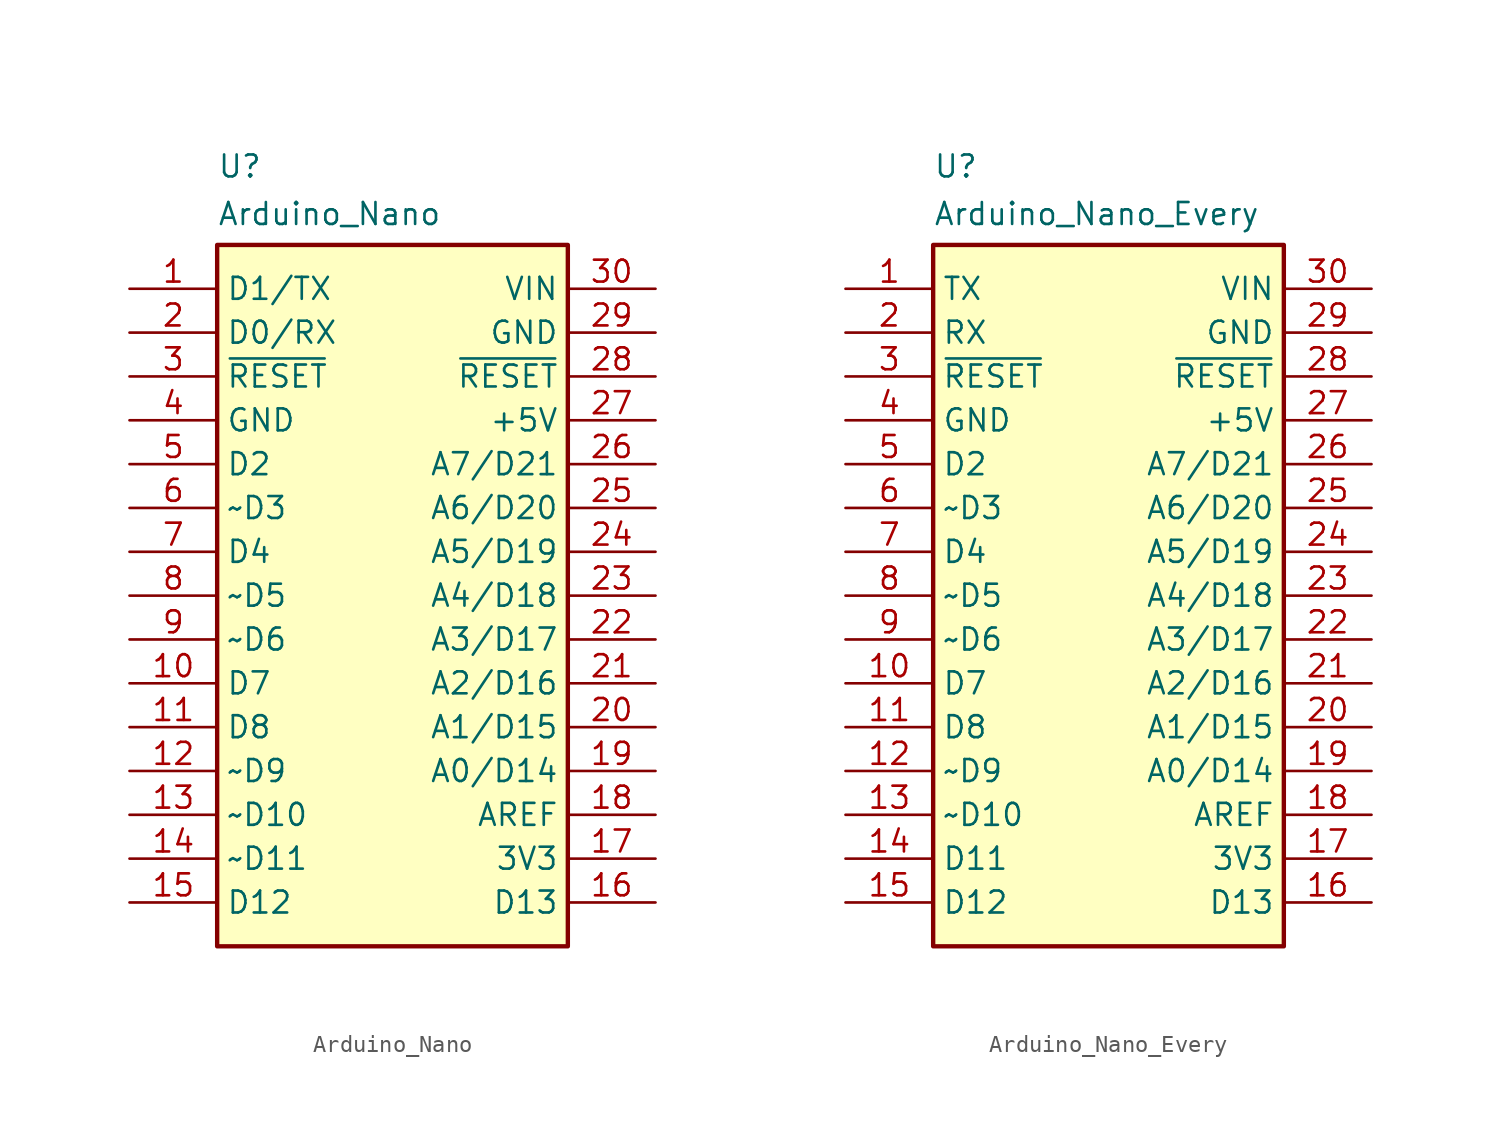
<source format=kicad_sym>
(kicad_symbol_lib
  (version 20241209)
  (generator "kicad_symbol_editor")
  (generator_version "9.0")
  (symbol "Arduino_Nano"
    (property "Reference" "U"
      (at -10.16 24.13 0)
      (effects (font (size 1.27 1.27)) (justify left bottom)))
    (property "Value" "Arduino_Nano"
      (at -10.16 22.86 0)
      (effects (font (size 1.27 1.27)) (justify left top)))
    (symbol "Arduino_Nano_0_1"
      (rectangle (start -10.16 20.32) (end 10.16 -20.32) (stroke (width 0.254) (type solid)) (fill (type background))))
    (symbol "Arduino_Nano_1_1"
      (pin bidirectional line (at -15.24 17.78 0) (length 5.08) (name "D1/TX" (effects (font (size 1.27 1.27)))) (number "1" (effects (font (size 1.27 1.27)))))
      (pin bidirectional line (at -15.24 15.24 0) (length 5.08) (name "D0/RX" (effects (font (size 1.27 1.27)))) (number "2" (effects (font (size 1.27 1.27)))))
      (pin input line (at -15.24 12.7 0) (length 5.08) (name "~{RESET}" (effects (font (size 1.27 1.27)))) (number "3" (effects (font (size 1.27 1.27)))))
      (pin power_in line (at -15.24 10.16 0) (length 5.08) (name "GND" (effects (font (size 1.27 1.27)))) (number "4" (effects (font (size 1.27 1.27)))))
      (pin bidirectional line (at -15.24 7.62 0) (length 5.08) (name "D2" (effects (font (size 1.27 1.27)))) (number "5" (effects (font (size 1.27 1.27)))))
      (pin bidirectional line (at -15.24 5.08 0) (length 5.08) (name "~D3" (effects (font (size 1.27 1.27)))) (number "6" (effects (font (size 1.27 1.27)))))
      (pin bidirectional line (at -15.24 2.54 0) (length 5.08) (name "D4" (effects (font (size 1.27 1.27)))) (number "7" (effects (font (size 1.27 1.27)))))
      (pin bidirectional line (at -15.24 0 0) (length 5.08) (name "~D5" (effects (font (size 1.27 1.27)))) (number "8" (effects (font (size 1.27 1.27)))))
      (pin bidirectional line (at -15.24 -2.54 0) (length 5.08) (name "~D6" (effects (font (size 1.27 1.27)))) (number "9" (effects (font (size 1.27 1.27)))))
      (pin bidirectional line (at -15.24 -5.08 0) (length 5.08) (name "D7" (effects (font (size 1.27 1.27)))) (number "10" (effects (font (size 1.27 1.27)))))
      (pin bidirectional line (at -15.24 -7.62 0) (length 5.08) (name "D8" (effects (font (size 1.27 1.27)))) (number "11" (effects (font (size 1.27 1.27)))))
      (pin bidirectional line (at -15.24 -10.16 0) (length 5.08) (name "~D9" (effects (font (size 1.27 1.27)))) (number "12" (effects (font (size 1.27 1.27)))))
      (pin bidirectional line (at -15.24 -12.7 0) (length 5.08) (name "~D10" (effects (font (size 1.27 1.27)))) (number "13" (effects (font (size 1.27 1.27)))))
      (pin bidirectional line (at -15.24 -15.24 0) (length 5.08) (name "~D11" (effects (font (size 1.27 1.27)))) (number "14" (effects (font (size 1.27 1.27)))))
      (pin bidirectional line (at -15.24 -17.78 0) (length 5.08) (name "D12" (effects (font (size 1.27 1.27)))) (number "15" (effects (font (size 1.27 1.27)))))
      (pin power_in line (at 15.24 17.78 180) (length 5.08) (name "VIN" (effects (font (size 1.27 1.27)))) (number "30" (effects (font (size 1.27 1.27)))))
      (pin power_in line (at 15.24 15.24 180) (length 5.08) (name "GND" (effects (font (size 1.27 1.27)))) (number "29" (effects (font (size 1.27 1.27)))))
      (pin input line (at 15.24 12.7 180) (length 5.08) (name "~{RESET}" (effects (font (size 1.27 1.27)))) (number "28" (effects (font (size 1.27 1.27)))))
      (pin power_out line (at 15.24 10.16 180) (length 5.08) (name "+5V" (effects (font (size 1.27 1.27)))) (number "27" (effects (font (size 1.27 1.27)))))
      (pin bidirectional line (at 15.24 7.62 180) (length 5.08) (name "A7/D21" (effects (font (size 1.27 1.27)))) (number "26" (effects (font (size 1.27 1.27)))))
      (pin bidirectional line (at 15.24 5.08 180) (length 5.08) (name "A6/D20" (effects (font (size 1.27 1.27)))) (number "25" (effects (font (size 1.27 1.27)))))
      (pin bidirectional line (at 15.24 2.54 180) (length 5.08) (name "A5/D19" (effects (font (size 1.27 1.27)))) (number "24" (effects (font (size 1.27 1.27)))))
      (pin bidirectional line (at 15.24 0 180) (length 5.08) (name "A4/D18" (effects (font (size 1.27 1.27)))) (number "23" (effects (font (size 1.27 1.27)))))
      (pin bidirectional line (at 15.24 -2.54 180) (length 5.08) (name "A3/D17" (effects (font (size 1.27 1.27)))) (number "22" (effects (font (size 1.27 1.27)))))
      (pin bidirectional line (at 15.24 -5.08 180) (length 5.08) (name "A2/D16" (effects (font (size 1.27 1.27)))) (number "21" (effects (font (size 1.27 1.27)))))
      (pin bidirectional line (at 15.24 -7.62 180) (length 5.08) (name "A1/D15" (effects (font (size 1.27 1.27)))) (number "20" (effects (font (size 1.27 1.27)))))
      (pin bidirectional line (at 15.24 -10.16 180) (length 5.08) (name "A0/D14" (effects (font (size 1.27 1.27)))) (number "19" (effects (font (size 1.27 1.27)))))
      (pin input line (at 15.24 -12.7 180) (length 5.08) (name "AREF" (effects (font (size 1.27 1.27)))) (number "18" (effects (font (size 1.27 1.27)))))
      (pin power_out line (at 15.24 -15.24 180) (length 5.08) (name "3V3" (effects (font (size 1.27 1.27)))) (number "17" (effects (font (size 1.27 1.27)))))
      (pin bidirectional line (at 15.24 -17.78 180) (length 5.08) (name "D13" (effects (font (size 1.27 1.27)))) (number "16" (effects (font (size 1.27 1.27)))))))
  (symbol "Arduino_Nano_Every"
    (property "Reference" "U"
      (at -10.16 26.67 0)
      (effects (font (size 1.27 1.27)) (justify left bottom)))
    (property "Value" "Arduino_Nano_Every"
      (at -10.16 25.4 0)
      (effects (font (size 1.27 1.27)) (justify left top)))
    (symbol "Arduino_Nano_Every_0_1"
      (rectangle (start -10.16 22.86) (end 10.16 -17.78) (stroke (width 0.254) (type solid)) (fill (type background))))
    (symbol "Arduino_Nano_Every_1_1"
      (pin bidirectional line (at -15.24 20.32 0) (length 5.08) (name "TX" (effects (font (size 1.27 1.27)))) (number "1" (effects (font (size 1.27 1.27)))))
      (pin bidirectional line (at -15.24 17.78 0) (length 5.08) (name "RX" (effects (font (size 1.27 1.27)))) (number "2" (effects (font (size 1.27 1.27)))))
      (pin input line (at -15.24 15.24 0) (length 5.08) (name "~{RESET}" (effects (font (size 1.27 1.27)))) (number "3" (effects (font (size 1.27 1.27)))))
      (pin power_in line (at -15.24 12.7 0) (length 5.08) (name "GND" (effects (font (size 1.27 1.27)))) (number "4" (effects (font (size 1.27 1.27)))))
      (pin bidirectional line (at -15.24 10.16 0) (length 5.08) (name "D2" (effects (font (size 1.27 1.27)))) (number "5" (effects (font (size 1.27 1.27)))))
      (pin bidirectional line (at -15.24 7.62 0) (length 5.08) (name "~D3" (effects (font (size 1.27 1.27)))) (number "6" (effects (font (size 1.27 1.27)))))
      (pin bidirectional line (at -15.24 5.08 0) (length 5.08) (name "D4" (effects (font (size 1.27 1.27)))) (number "7" (effects (font (size 1.27 1.27)))))
      (pin bidirectional line (at -15.24 2.54 0) (length 5.08) (name "~D5" (effects (font (size 1.27 1.27)))) (number "8" (effects (font (size 1.27 1.27)))))
      (pin bidirectional line (at -15.24 0 0) (length 5.08) (name "~D6" (effects (font (size 1.27 1.27)))) (number "9" (effects (font (size 1.27 1.27)))))
      (pin bidirectional line (at -15.24 -2.54 0) (length 5.08) (name "D7" (effects (font (size 1.27 1.27)))) (number "10" (effects (font (size 1.27 1.27)))))
      (pin bidirectional line (at -15.24 -5.08 0) (length 5.08) (name "D8" (effects (font (size 1.27 1.27)))) (number "11" (effects (font (size 1.27 1.27)))))
      (pin bidirectional line (at -15.24 -7.62 0) (length 5.08) (name "~D9" (effects (font (size 1.27 1.27)))) (number "12" (effects (font (size 1.27 1.27)))))
      (pin bidirectional line (at -15.24 -10.16 0) (length 5.08) (name "~D10" (effects (font (size 1.27 1.27)))) (number "13" (effects (font (size 1.27 1.27)))))
      (pin bidirectional line (at -15.24 -12.7 0) (length 5.08) (name "D11" (effects (font (size 1.27 1.27)))) (number "14" (effects (font (size 1.27 1.27)))))
      (pin bidirectional line (at -15.24 -15.24 0) (length 5.08) (name "D12" (effects (font (size 1.27 1.27)))) (number "15" (effects (font (size 1.27 1.27)))))
      (pin power_in line (at 15.24 20.32 180) (length 5.08) (name "VIN" (effects (font (size 1.27 1.27)))) (number "30" (effects (font (size 1.27 1.27)))))
      (pin power_in line (at 15.24 17.78 180) (length 5.08) (name "GND" (effects (font (size 1.27 1.27)))) (number "29" (effects (font (size 1.27 1.27)))))
      (pin input line (at 15.24 15.24 180) (length 5.08) (name "~{RESET}" (effects (font (size 1.27 1.27)))) (number "28" (effects (font (size 1.27 1.27)))))
      (pin power_out line (at 15.24 12.7 180) (length 5.08) (name "+5V" (effects (font (size 1.27 1.27)))) (number "27" (effects (font (size 1.27 1.27)))))
      (pin bidirectional line (at 15.24 10.16 180) (length 5.08) (name "A7/D21" (effects (font (size 1.27 1.27)))) (number "26" (effects (font (size 1.27 1.27)))))
      (pin bidirectional line (at 15.24 7.62 180) (length 5.08) (name "A6/D20" (effects (font (size 1.27 1.27)))) (number "25" (effects (font (size 1.27 1.27)))))
      (pin bidirectional line (at 15.24 5.08 180) (length 5.08) (name "A5/D19" (effects (font (size 1.27 1.27)))) (number "24" (effects (font (size 1.27 1.27)))))
      (pin bidirectional line (at 15.24 2.54 180) (length 5.08) (name "A4/D18" (effects (font (size 1.27 1.27)))) (number "23" (effects (font (size 1.27 1.27)))))
      (pin bidirectional line (at 15.24 0 180) (length 5.08) (name "A3/D17" (effects (font (size 1.27 1.27)))) (number "22" (effects (font (size 1.27 1.27)))))
      (pin bidirectional line (at 15.24 -2.54 180) (length 5.08) (name "A2/D16" (effects (font (size 1.27 1.27)))) (number "21" (effects (font (size 1.27 1.27)))))
      (pin bidirectional line (at 15.24 -5.08 180) (length 5.08) (name "A1/D15" (effects (font (size 1.27 1.27)))) (number "20" (effects (font (size 1.27 1.27)))))
      (pin bidirectional line (at 15.24 -7.62 180) (length 5.08) (name "A0/D14" (effects (font (size 1.27 1.27)))) (number "19" (effects (font (size 1.27 1.27)))))
      (pin input line (at 15.24 -10.16 180) (length 5.08) (name "AREF" (effects (font (size 1.27 1.27)))) (number "18" (effects (font (size 1.27 1.27)))))
      (pin power_out line (at 15.24 -12.7 180) (length 5.08) (name "3V3" (effects (font (size 1.27 1.27)))) (number "17" (effects (font (size 1.27 1.27)))))
      (pin bidirectional line (at 15.24 -15.24 180) (length 5.08) (name "D13" (effects (font (size 1.27 1.27)))) (number "16" (effects (font (size 1.27 1.27))))))))
</source>
